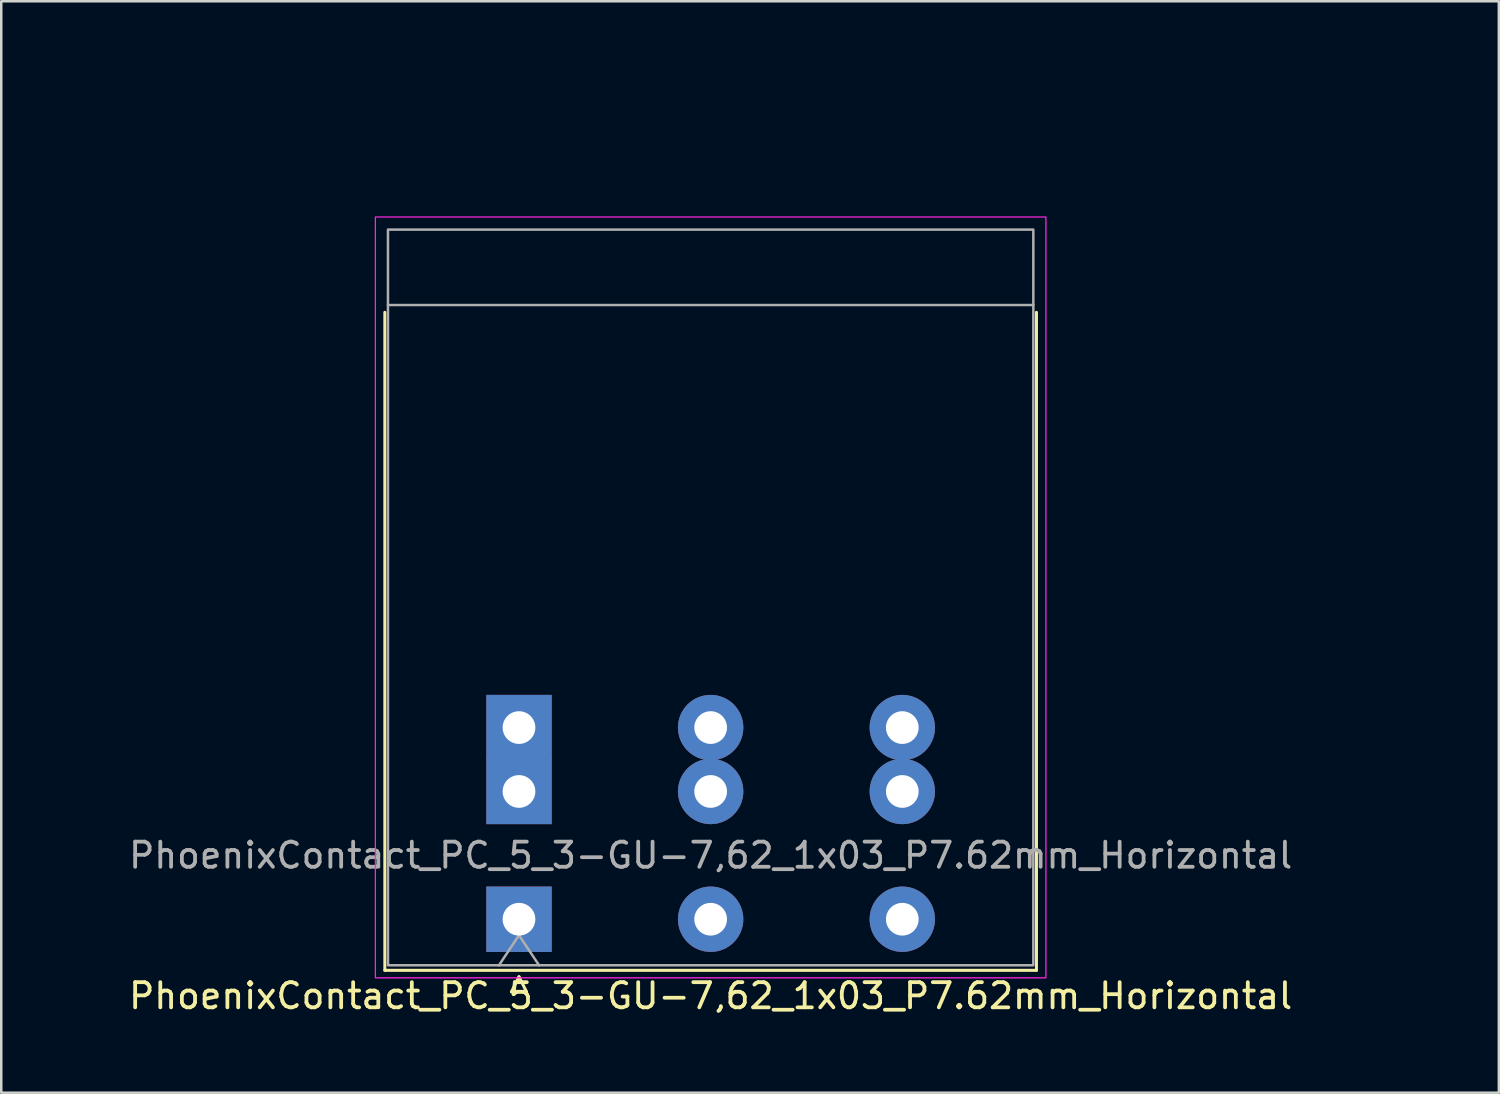
<source format=kicad_pcb>
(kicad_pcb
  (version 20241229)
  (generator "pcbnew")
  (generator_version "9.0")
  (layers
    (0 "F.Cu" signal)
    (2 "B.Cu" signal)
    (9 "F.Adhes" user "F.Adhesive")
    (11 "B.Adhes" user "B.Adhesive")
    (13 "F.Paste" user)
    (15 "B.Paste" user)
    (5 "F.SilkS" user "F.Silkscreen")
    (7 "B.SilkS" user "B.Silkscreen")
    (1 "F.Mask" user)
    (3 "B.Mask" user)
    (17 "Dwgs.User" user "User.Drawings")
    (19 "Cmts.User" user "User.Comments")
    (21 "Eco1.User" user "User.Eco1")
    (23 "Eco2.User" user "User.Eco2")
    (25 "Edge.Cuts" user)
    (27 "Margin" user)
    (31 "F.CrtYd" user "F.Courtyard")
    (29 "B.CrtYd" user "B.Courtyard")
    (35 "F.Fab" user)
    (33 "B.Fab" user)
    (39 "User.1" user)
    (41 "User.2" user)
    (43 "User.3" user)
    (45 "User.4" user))
  (footprint "PhoenixContact_PC_5_3-GU-7,62_1x03_P7.62mm_Horizontal"
    (layer "F.Cu")
    (at 17.585 33.498)
    (property "Reference" "PhoenixContact_PC_5_3-GU-7,62_1x03_P7.62mm_Horizontal" (at 7.62 3.048 0) (unlocked yes) (layer "F.SilkS") (effects (font (size 1 1) (thickness 0.15))))
    (attr through_hole)
    (fp_line (start -5.334 2.032) (end -5.334 -24.13) (stroke (width 0.12) (type default)) (layer "F.SilkS"))
    (fp_line (start -0.3 2.886) (end 0 2.286) (stroke (width 0.12) (type solid)) (layer "F.SilkS"))
    (fp_line (start 0.3 2.886) (end -0.3 2.886) (stroke (width 0.12) (type solid)) (layer "F.SilkS"))
    (fp_line (start 0.3 2.886) (end 0 2.286) (stroke (width 0.12) (type solid)) (layer "F.SilkS"))
    (fp_line (start 20.574 -24.13) (end 20.574 2.032) (stroke (width 0.12) (type default)) (layer "F.SilkS"))
    (fp_line (start 20.574 2.032) (end -5.334 2.032) (stroke (width 0.12) (type default)) (layer "F.SilkS"))
    (fp_rect (start -5.71 -27.92) (end 20.95 2.33) (stroke (width 0.05) (type default)) (fill no) (layer "F.CrtYd"))
    (fp_line (start -5.21 -24.42) (end 20.45 -24.42) (stroke (width 0.1) (type default)) (layer "F.Fab"))
    (fp_line (start -0.8 1.835) (end 0 0.635) (stroke (width 0.1) (type solid)) (layer "F.Fab"))
    (fp_line (start 0 0.635) (end 0.8 1.835) (stroke (width 0.1) (type solid)) (layer "F.Fab"))
    (fp_rect (start -5.21 -27.42) (end 20.45 1.83) (stroke (width 0.1) (type default)) (fill no) (layer "F.Fab"))
    (fp_text user "${REFERENCE}" (at 7.62 -2.54 0) (unlocked yes) (layer "F.Fab") (effects (font (size 1 1) (thickness 0.15))))
    (dimension (type aligned) (layer "User.6") (pts (xy 12.375 34.998) (xy 17.585 34.998)) (height -13) (format (prefix "") (suffix "") (units 3) (units_format 1) (precision 4)) (style (thickness 0.1) (arrow_length 1.27) (text_position_mode 2) (arrow_direction outward) (extension_height 0.586) (extension_offset 0.5) (keep_text_aligned yes)) (gr_text "5.2100 mm" (at 13.085 20.498 0) (layer "User.6") (effects (font (size 1 1) (thickness 0.15)))))
    (dimension (type aligned) (layer "User.6") (pts (xy 32.825 28.418) (xy 32.825 33.498)) (height -10.76) (format (prefix "") (suffix "") (units 3) (units_format 1) (precision 4)) (style (thickness 0.1) (arrow_length 1.27) (text_position_mode 2) (arrow_direction outward) (extension_height 0.586) (extension_offset 0.5) (keep_text_aligned yes)) (gr_text "5.0800 mm" (at 45.085 32.998 90) (layer "User.6") (effects (font (size 1 1) (thickness 0.15)))))
    (dimension (type aligned) (layer "User.6") (pts (xy 38.035 6.078) (xy 12.375 6.078)) (height 4.08) (format (prefix "") (suffix "") (units 3) (units_format 1) (precision 4)) (style (thickness 0.1) (arrow_length 1.27) (text_position_mode 0) (arrow_direction outward) (extension_height 0.586) (extension_offset 0.5) (keep_text_aligned yes)) (gr_text "25.6600 mm" (at 25.205 0.848 0) (layer "User.6") (effects (font (size 1 1) (thickness 0.15)))))
    (dimension (type aligned) (layer "User.6") (pts (xy 25.205 25.878) (xy 32.825 25.878)) (height -8.38) (format (prefix "") (suffix "") (units 3) (units_format 1) (precision 4)) (style (thickness 0.1) (arrow_length 1.27) (text_position_mode 0) (arrow_direction outward) (extension_height 0.586) (extension_offset 0.5) (keep_text_aligned yes)) (gr_text "7.6200 mm" (at 29.015 16.348 0) (layer "User.6") (effects (font (size 1 1) (thickness 0.15)))))
    (dimension (type aligned) (layer "User.6") (pts (xy 12.375 6.078) (xy 12.375 35.328)) (height 6.29) (format (prefix "") (suffix "") (units 3) (units_format 1) (precision 4)) (style (thickness 0.1) (arrow_length 1.27) (text_position_mode 0) (arrow_direction outward) (extension_height 0.586) (extension_offset 0.5) (keep_text_aligned yes)) (gr_text "29.2500 mm" (at 4.935 20.703 90) (layer "User.6") (effects (font (size 1 1) (thickness 0.15)))))
    (dimension (type aligned) (layer "User.6") (pts (xy 17.585 6.078) (xy 17.585 33.498)) (height 8.94) (format (prefix "") (suffix "") (units 3) (units_format 1) (precision 4)) (style (thickness 0.1) (arrow_length 1.27) (text_position_mode 0) (arrow_direction outward) (extension_height 0.586) (extension_offset 0.5) (keep_text_aligned yes)) (gr_text "27.4200 mm" (at 7.495 19.788 90) (layer "User.6") (effects (font (size 1 1) (thickness 0.15)))))
    (dimension (type aligned) (layer "User.6") (pts (xy 38.035 9.078) (xy 38.035 6.078)) (height 4.05) (format (prefix "") (suffix "") (units 3) (units_format 1) (precision 4)) (style (thickness 0.1) (arrow_length 1.27) (text_position_mode 2) (arrow_direction outward) (extension_height 0.586) (extension_offset 0.5) (keep_text_aligned yes)) (gr_text "3.0000 mm" (at 44.085 7.498 90) (layer "User.6") (effects (font (size 1 1) (thickness 0.15)))))
    (dimension (type aligned) (layer "User.6") (pts (xy 17.585 25.878) (xy 25.205 25.878)) (height -6.38) (format (prefix "") (suffix "") (units 3) (units_format 1) (precision 4)) (style (thickness 0.1) (arrow_length 1.27) (text_position_mode 2) (arrow_direction outward) (extension_height 0.586) (extension_offset 0.5) (keep_text_aligned yes)) (gr_text "7.6200 mm" (at 20.085 17.998 0) (layer "User.6") (effects (font (size 1 1) (thickness 0.15)))))
    (dimension (type aligned) (layer "User.6") (pts (xy 32.825 25.878) (xy 32.825 28.418)) (height -14.26) (format (prefix "") (suffix "") (units 3) (units_format 1) (precision 4)) (style (thickness 0.1) (arrow_length 1.27) (text_position_mode 2) (arrow_direction outward) (extension_height 0.586) (extension_offset 0.5) (keep_text_aligned yes)) (gr_text "2.5400 mm" (at 49.085 26.998 90) (layer "User.6") (effects (font (size 1 1) (thickness 0.15)))))
    (pad "1" thru_hole rect (at 0 -7.62) (size 2.6 2.6) (drill 1.3) (layers "*.Cu" "*.Mask"))
    (pad "1" thru_hole rect (at 0 -5.08) (size 2.6 2.6) (drill 1.3) (layers "*.Cu" "*.Mask"))
    (pad "1" thru_hole rect (at 0 0) (size 2.6 2.6) (drill 1.3) (layers "*.Cu" "*.Mask"))
    (pad "2" thru_hole circle (at 7.62 -7.62) (size 2.6 2.6) (drill 1.3) (layers "*.Cu" "*.Mask"))
    (pad "2" thru_hole circle (at 7.62 -5.08) (size 2.6 2.6) (drill 1.3) (layers "*.Cu" "*.Mask"))
    (pad "2" thru_hole circle (at 7.62 0) (size 2.6 2.6) (drill 1.3) (layers "*.Cu" "*.Mask"))
    (pad "3" thru_hole circle (at 15.24 -7.62) (size 2.6 2.6) (drill 1.3) (layers "*.Cu" "*.Mask"))
    (pad "3" thru_hole circle (at 15.24 -5.08) (size 2.6 2.6) (drill 1.3) (layers "*.Cu" "*.Mask"))
    (pad "3" thru_hole circle (at 15.24 0) (size 2.6 2.6) (drill 1.3) (layers "*.Cu" "*.Mask")))
  (gr_rect
    (start -3 -3)
    (end 56.543 40.395)
    (stroke (width 0.1) (type default))
    (fill no)
    (layer "Edge.Cuts")))
</source>
